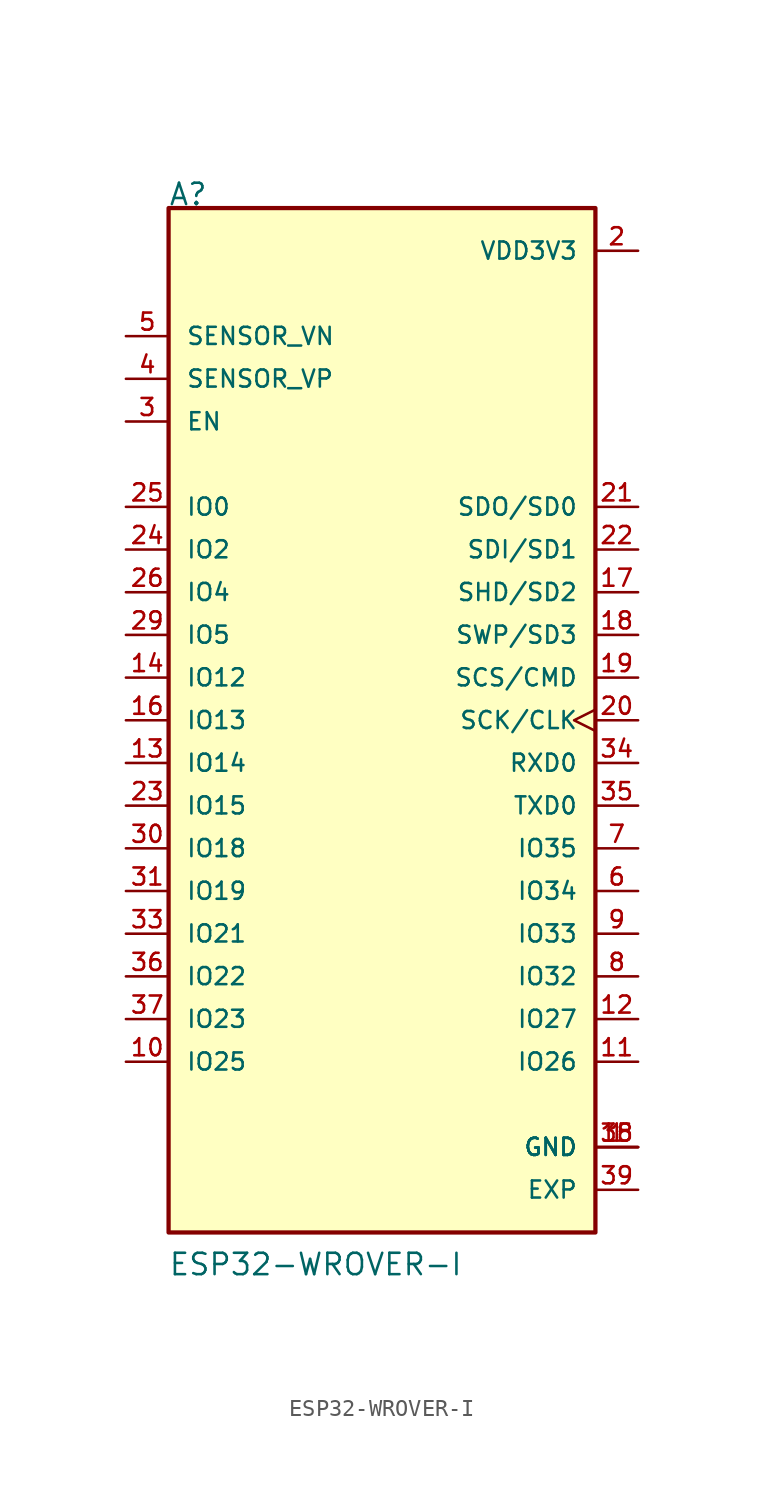
<source format=kicad_sym>
(kicad_symbol_lib
  (version 20211014)
  (generator kicad_symbol_editor)
  (symbol "ESP32-WROVER-I"
    (pin_names
      (offset 1.016))
    (property "Reference" "A"
      (at -12.725 30.556 0)
      (effects (font (size 1.27 1.27)) (justify left bottom)))
    (property "Value" "ESP32-WROVER-I"
      (at -12.725 -33.122 0)
      (effects (font (size 1.27 1.27)) (justify left bottom)))
    (property "ki_locked" ""
      (at 0 0 0)
      (effects (font (size 1.27 1.27))))
    (symbol "ESP32-WROVER-I_0_0"
      (rectangle (start -12.7 -30.48) (end 12.7 30.48) (stroke (width 0.254) (type default) (color 0 0 0 0)) (fill (type background)))
      (pin power_in line (at 15.24 -25.4 180) (length 2.54) (name "GND" (effects (font (size 1.016 1.016)))) (number "1" (effects (font (size 1.016 1.016)))))
      (pin bidirectional line (at -15.24 -20.32 0) (length 2.54) (name "IO25" (effects (font (size 1.016 1.016)))) (number "10" (effects (font (size 1.016 1.016)))))
      (pin bidirectional line (at 15.24 -20.32 180) (length 2.54) (name "IO26" (effects (font (size 1.016 1.016)))) (number "11" (effects (font (size 1.016 1.016)))))
      (pin bidirectional line (at 15.24 -17.78 180) (length 2.54) (name "IO27" (effects (font (size 1.016 1.016)))) (number "12" (effects (font (size 1.016 1.016)))))
      (pin bidirectional line (at -15.24 -2.54 0) (length 2.54) (name "IO14" (effects (font (size 1.016 1.016)))) (number "13" (effects (font (size 1.016 1.016)))))
      (pin bidirectional line (at -15.24 2.54 0) (length 2.54) (name "IO12" (effects (font (size 1.016 1.016)))) (number "14" (effects (font (size 1.016 1.016)))))
      (pin power_in line (at 15.24 -25.4 180) (length 2.54) (name "GND" (effects (font (size 1.016 1.016)))) (number "15" (effects (font (size 1.016 1.016)))))
      (pin bidirectional line (at -15.24 0 0) (length 2.54) (name "IO13" (effects (font (size 1.016 1.016)))) (number "16" (effects (font (size 1.016 1.016)))))
      (pin bidirectional line (at 15.24 7.62 180) (length 2.54) (name "SHD/SD2" (effects (font (size 1.016 1.016)))) (number "17" (effects (font (size 1.016 1.016)))))
      (pin bidirectional line (at 15.24 5.08 180) (length 2.54) (name "SWP/SD3" (effects (font (size 1.016 1.016)))) (number "18" (effects (font (size 1.016 1.016)))))
      (pin bidirectional line (at 15.24 2.54 180) (length 2.54) (name "SCS/CMD" (effects (font (size 1.016 1.016)))) (number "19" (effects (font (size 1.016 1.016)))))
      (pin power_in line (at 15.24 27.94 180) (length 2.54) (name "VDD3V3" (effects (font (size 1.016 1.016)))) (number "2" (effects (font (size 1.016 1.016)))))
      (pin bidirectional clock (at 15.24 0 180) (length 2.54) (name "SCK/CLK" (effects (font (size 1.016 1.016)))) (number "20" (effects (font (size 1.016 1.016)))))
      (pin bidirectional line (at 15.24 12.7 180) (length 2.54) (name "SDO/SD0" (effects (font (size 1.016 1.016)))) (number "21" (effects (font (size 1.016 1.016)))))
      (pin bidirectional line (at 15.24 10.16 180) (length 2.54) (name "SDI/SD1" (effects (font (size 1.016 1.016)))) (number "22" (effects (font (size 1.016 1.016)))))
      (pin bidirectional line (at -15.24 -5.08 0) (length 2.54) (name "IO15" (effects (font (size 1.016 1.016)))) (number "23" (effects (font (size 1.016 1.016)))))
      (pin bidirectional line (at -15.24 10.16 0) (length 2.54) (name "IO2" (effects (font (size 1.016 1.016)))) (number "24" (effects (font (size 1.016 1.016)))))
      (pin bidirectional line (at -15.24 12.7 0) (length 2.54) (name "IO0" (effects (font (size 1.016 1.016)))) (number "25" (effects (font (size 1.016 1.016)))))
      (pin bidirectional line (at -15.24 7.62 0) (length 2.54) (name "IO4" (effects (font (size 1.016 1.016)))) (number "26" (effects (font (size 1.016 1.016)))))
      (pin bidirectional line (at -15.24 5.08 0) (length 2.54) (name "IO5" (effects (font (size 1.016 1.016)))) (number "29" (effects (font (size 1.016 1.016)))))
      (pin input line (at -15.24 17.78 0) (length 2.54) (name "EN" (effects (font (size 1.016 1.016)))) (number "3" (effects (font (size 1.016 1.016)))))
      (pin bidirectional line (at -15.24 -7.62 0) (length 2.54) (name "IO18" (effects (font (size 1.016 1.016)))) (number "30" (effects (font (size 1.016 1.016)))))
      (pin bidirectional line (at -15.24 -10.16 0) (length 2.54) (name "IO19" (effects (font (size 1.016 1.016)))) (number "31" (effects (font (size 1.016 1.016)))))
      (pin bidirectional line (at -15.24 -12.7 0) (length 2.54) (name "IO21" (effects (font (size 1.016 1.016)))) (number "33" (effects (font (size 1.016 1.016)))))
      (pin bidirectional line (at 15.24 -2.54 180) (length 2.54) (name "RXD0" (effects (font (size 1.016 1.016)))) (number "34" (effects (font (size 1.016 1.016)))))
      (pin bidirectional line (at 15.24 -5.08 180) (length 2.54) (name "TXD0" (effects (font (size 1.016 1.016)))) (number "35" (effects (font (size 1.016 1.016)))))
      (pin bidirectional line (at -15.24 -15.24 0) (length 2.54) (name "IO22" (effects (font (size 1.016 1.016)))) (number "36" (effects (font (size 1.016 1.016)))))
      (pin bidirectional line (at -15.24 -17.78 0) (length 2.54) (name "IO23" (effects (font (size 1.016 1.016)))) (number "37" (effects (font (size 1.016 1.016)))))
      (pin power_in line (at 15.24 -25.4 180) (length 2.54) (name "GND" (effects (font (size 1.016 1.016)))) (number "38" (effects (font (size 1.016 1.016)))))
      (pin power_in line (at 15.24 -27.94 180) (length 2.54) (name "EXP" (effects (font (size 1.016 1.016)))) (number "39" (effects (font (size 1.016 1.016)))))
      (pin input line (at -15.24 20.32 0) (length 2.54) (name "SENSOR_VP" (effects (font (size 1.016 1.016)))) (number "4" (effects (font (size 1.016 1.016)))))
      (pin input line (at -15.24 22.86 0) (length 2.54) (name "SENSOR_VN" (effects (font (size 1.016 1.016)))) (number "5" (effects (font (size 1.016 1.016)))))
      (pin input line (at 15.24 -10.16 180) (length 2.54) (name "IO34" (effects (font (size 1.016 1.016)))) (number "6" (effects (font (size 1.016 1.016)))))
      (pin input line (at 15.24 -7.62 180) (length 2.54) (name "IO35" (effects (font (size 1.016 1.016)))) (number "7" (effects (font (size 1.016 1.016)))))
      (pin bidirectional line (at 15.24 -15.24 180) (length 2.54) (name "IO32" (effects (font (size 1.016 1.016)))) (number "8" (effects (font (size 1.016 1.016)))))
      (pin bidirectional line (at 15.24 -12.7 180) (length 2.54) (name "IO33" (effects (font (size 1.016 1.016)))) (number "9" (effects (font (size 1.016 1.016))))))))
</source>
